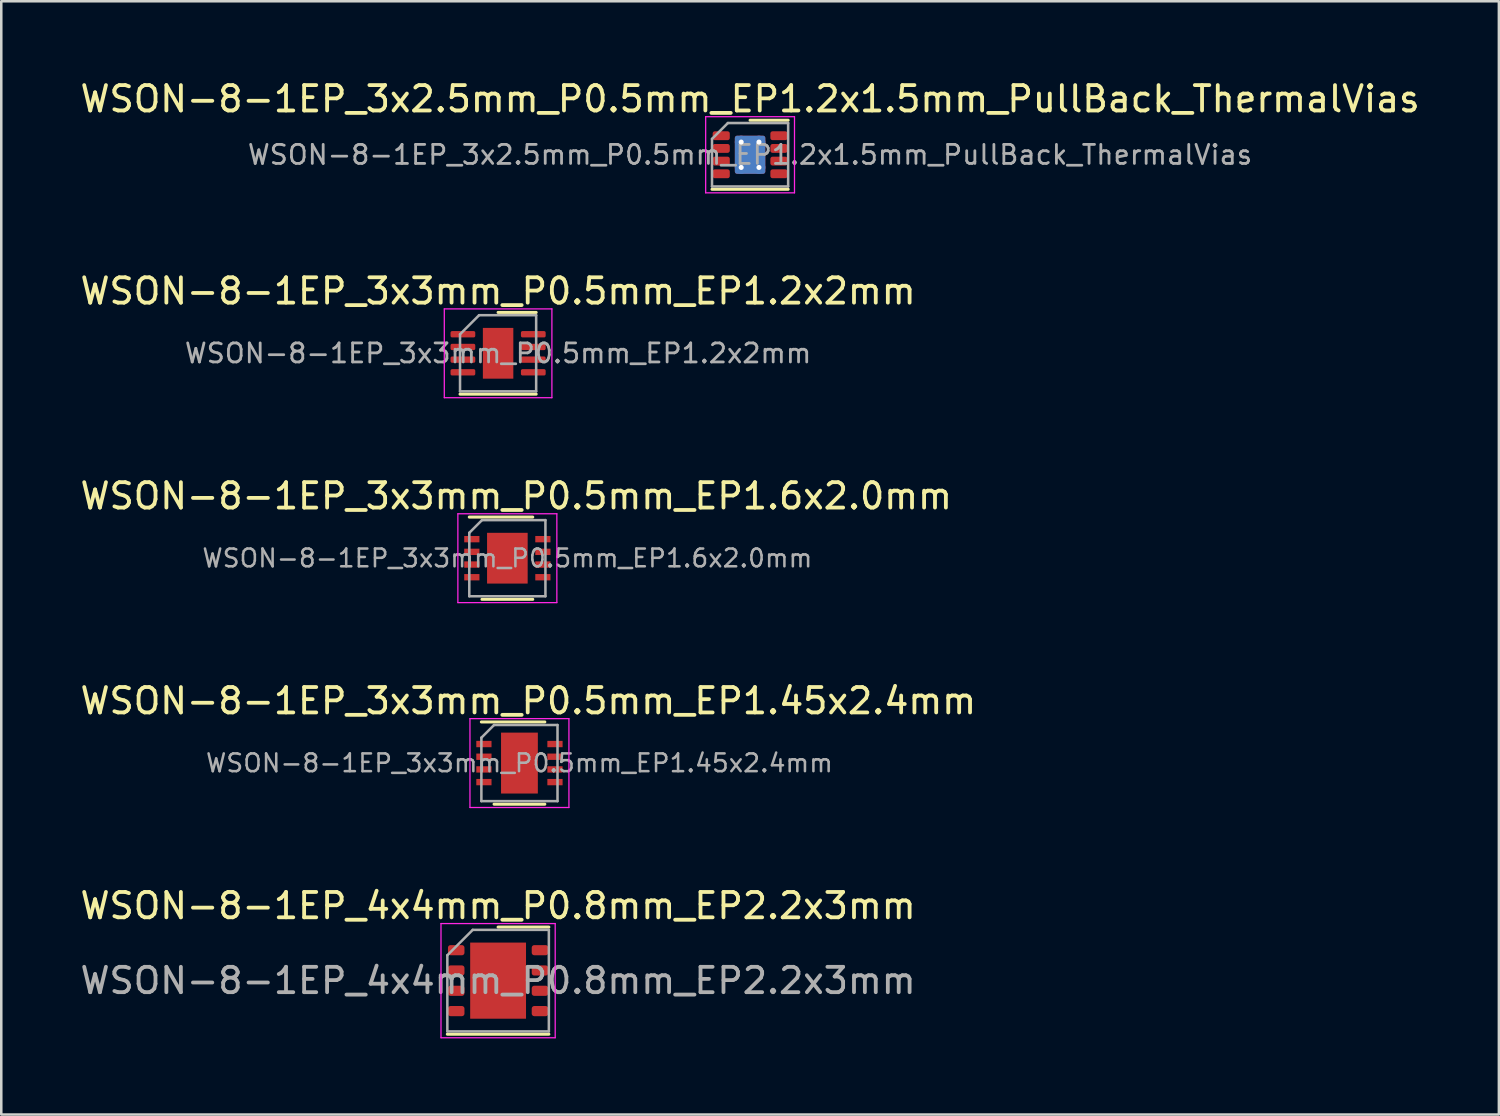
<source format=kicad_pcb>
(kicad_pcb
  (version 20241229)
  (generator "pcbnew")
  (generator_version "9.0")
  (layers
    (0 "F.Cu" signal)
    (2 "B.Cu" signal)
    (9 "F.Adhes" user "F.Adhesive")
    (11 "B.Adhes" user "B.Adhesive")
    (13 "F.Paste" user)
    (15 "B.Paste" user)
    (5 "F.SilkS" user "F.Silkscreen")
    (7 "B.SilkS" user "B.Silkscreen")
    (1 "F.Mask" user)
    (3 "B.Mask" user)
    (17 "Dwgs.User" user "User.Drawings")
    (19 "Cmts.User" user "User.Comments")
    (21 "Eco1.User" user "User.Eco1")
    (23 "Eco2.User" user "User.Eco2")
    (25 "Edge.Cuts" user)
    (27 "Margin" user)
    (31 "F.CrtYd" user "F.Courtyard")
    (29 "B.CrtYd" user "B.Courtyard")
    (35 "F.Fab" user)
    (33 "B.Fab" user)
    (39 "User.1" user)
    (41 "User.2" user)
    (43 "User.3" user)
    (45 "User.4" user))
  (footprint "WSON-8-1EP_3x3mm_P0.5mm_EP1.45x2.4mm"
    (layer "F.Cu")
    (at 17.418 27.018)
    (property "Reference" "WSON-8-1EP_3x3mm_P0.5mm_EP1.45x2.4mm" (at 0.35 -2.45 0) (layer "F.SilkS") (effects (font (size 1 1) (thickness 0.15))))
    (attr smd)
    (fp_line (start -1.5 -1.62) (end 1 -1.62) (stroke (width 0.12) (type solid)) (layer "F.SilkS"))
    (fp_line (start 1 1.62) (end -1 1.62) (stroke (width 0.12) (type solid)) (layer "F.SilkS"))
    (fp_line (start -1.95 -1.75) (end -1.95 1.75) (stroke (width 0.05) (type solid)) (layer "F.CrtYd"))
    (fp_line (start -1.95 -1.75) (end 1.95 -1.75) (stroke (width 0.05) (type solid)) (layer "F.CrtYd"))
    (fp_line (start -1.95 1.75) (end 1.95 1.75) (stroke (width 0.05) (type solid)) (layer "F.CrtYd"))
    (fp_line (start 1.95 -1.75) (end 1.95 1.75) (stroke (width 0.05) (type solid)) (layer "F.CrtYd"))
    (fp_line (start -1.5 1.5) (end -1.5 -1) (stroke (width 0.1) (type solid)) (layer "F.Fab"))
    (fp_line (start -1 -1.5) (end -1.5 -1) (stroke (width 0.1) (type solid)) (layer "F.Fab"))
    (fp_line (start -1 -1.5) (end 1.5 -1.5) (stroke (width 0.1) (type solid)) (layer "F.Fab"))
    (fp_line (start 1.5 -1.5) (end 1.5 1.5) (stroke (width 0.1) (type solid)) (layer "F.Fab"))
    (fp_line (start 1.5 1.5) (end -1.5 1.5) (stroke (width 0.1) (type solid)) (layer "F.Fab"))
    (fp_text user "${REFERENCE}" (at 0 0 0) (layer "F.Fab") (effects (font (size 0.7 0.7) (thickness 0.1))))
    (pad "" smd rect (at 0 -0.635) (size 1.47 1.07) (layers "F.Paste"))
    (pad "" smd rect (at 0 0.635) (size 1.47 1.07) (layers "F.Paste"))
    (pad "1" smd rect (at -1.4 -0.75) (size 0.6 0.25) (layers "F.Cu" "F.Mask" "F.Paste"))
    (pad "2" smd rect (at -1.4 -0.25) (size 0.6 0.25) (layers "F.Cu" "F.Mask" "F.Paste"))
    (pad "3" smd rect (at -1.4 0.25) (size 0.6 0.25) (layers "F.Cu" "F.Mask" "F.Paste"))
    (pad "4" smd rect (at -1.4 0.75) (size 0.6 0.25) (layers "F.Cu" "F.Mask" "F.Paste"))
    (pad "5" smd rect (at 1.4 0.75) (size 0.6 0.25) (layers "F.Cu" "F.Mask" "F.Paste"))
    (pad "6" smd rect (at 1.4 0.25) (size 0.6 0.25) (layers "F.Cu" "F.Mask" "F.Paste"))
    (pad "7" smd rect (at 1.4 -0.25) (size 0.6 0.25) (layers "F.Cu" "F.Mask" "F.Paste"))
    (pad "8" smd rect (at 1.4 -0.75) (size 0.6 0.25) (layers "F.Cu" "F.Mask" "F.Paste"))
    (pad "9" smd rect (at 0 0) (size 1.45 2.4) (layers "F.Cu" "F.Mask")))
  (footprint "WSON-8-1EP_3x2.5mm_P0.5mm_EP1.2x1.5mm_PullBack_ThermalVias"
    (layer "F.Cu")
    (at 26.506 3.048)
    (property "Reference" "WSON-8-1EP_3x2.5mm_P0.5mm_EP1.2x1.5mm_PullBack_ThermalVias" (at 0 -2.2 0) (layer "F.SilkS") (effects (font (size 1 1) (thickness 0.15))))
    (attr smd)
    (fp_line (start -1.5 1.36) (end 1.5 1.36) (stroke (width 0.12) (type solid)) (layer "F.SilkS"))
    (fp_line (start 0 -1.36) (end 1.5 -1.36) (stroke (width 0.12) (type solid)) (layer "F.SilkS"))
    (fp_line (start -1.75 -1.5) (end -1.75 1.5) (stroke (width 0.05) (type solid)) (layer "F.CrtYd"))
    (fp_line (start -1.75 1.5) (end 1.75 1.5) (stroke (width 0.05) (type solid)) (layer "F.CrtYd"))
    (fp_line (start 1.75 -1.5) (end -1.75 -1.5) (stroke (width 0.05) (type solid)) (layer "F.CrtYd"))
    (fp_line (start 1.75 1.5) (end 1.75 -1.5) (stroke (width 0.05) (type solid)) (layer "F.CrtYd"))
    (fp_line (start -1.5 -0.625) (end -0.875 -1.25) (stroke (width 0.1) (type solid)) (layer "F.Fab"))
    (fp_line (start -1.5 1.25) (end -1.5 -0.625) (stroke (width 0.1) (type solid)) (layer "F.Fab"))
    (fp_line (start -0.875 -1.25) (end 1.5 -1.25) (stroke (width 0.1) (type solid)) (layer "F.Fab"))
    (fp_line (start 1.5 -1.25) (end 1.5 1.25) (stroke (width 0.1) (type solid)) (layer "F.Fab"))
    (fp_line (start 1.5 1.25) (end -1.5 1.25) (stroke (width 0.1) (type solid)) (layer "F.Fab"))
    (fp_text user "${REFERENCE}" (at 0 0 0) (layer "F.Fab") (effects (font (size 0.75 0.75) (thickness 0.11))))
    (pad "" smd roundrect (at -0.3 -0.375) (size 0.52 0.65) (layers "F.Paste") (roundrect_rratio 0.25))
    (pad "" smd roundrect (at -0.3 0.375) (size 0.52 0.65) (layers "F.Paste") (roundrect_rratio 0.25))
    (pad "" smd roundrect (at 0.3 -0.375) (size 0.52 0.65) (layers "F.Paste") (roundrect_rratio 0.25))
    (pad "" smd roundrect (at 0.3 0.375) (size 0.52 0.65) (layers "F.Paste") (roundrect_rratio 0.25))
    (pad "1" smd roundrect (at -1.137 -0.75) (size 0.675 0.35) (layers "F.Cu" "F.Mask" "F.Paste") (roundrect_rratio 0.25))
    (pad "2" smd roundrect (at -1.137 -0.25) (size 0.675 0.35) (layers "F.Cu" "F.Mask" "F.Paste") (roundrect_rratio 0.25))
    (pad "3" smd roundrect (at -1.137 0.25) (size 0.675 0.35) (layers "F.Cu" "F.Mask" "F.Paste") (roundrect_rratio 0.25))
    (pad "4" smd roundrect (at -1.137 0.75) (size 0.675 0.35) (layers "F.Cu" "F.Mask" "F.Paste") (roundrect_rratio 0.25))
    (pad "5" smd roundrect (at 1.137 0.75) (size 0.675 0.35) (layers "F.Cu" "F.Mask" "F.Paste") (roundrect_rratio 0.25))
    (pad "6" smd roundrect (at 1.137 0.25) (size 0.675 0.35) (layers "F.Cu" "F.Mask" "F.Paste") (roundrect_rratio 0.25))
    (pad "7" smd roundrect (at 1.137 -0.25) (size 0.675 0.35) (layers "F.Cu" "F.Mask" "F.Paste") (roundrect_rratio 0.25))
    (pad "8" smd roundrect (at 1.137 -0.75) (size 0.675 0.35) (layers "F.Cu" "F.Mask" "F.Paste") (roundrect_rratio 0.25))
    (pad "9" thru_hole circle (at -0.35 -0.5) (size 0.5 0.5) (drill 0.2) (layers "*.Cu"))
    (pad "9" thru_hole circle (at -0.35 0.5) (size 0.5 0.5) (drill 0.2) (layers "*.Cu"))
    (pad "9" smd roundrect (at 0 0) (size 1.2 1.5) (layers "F.Cu" "F.Mask") (roundrect_rratio 0.073))
    (pad "9" smd roundrect (at 0 0) (size 1.2 1.5) (layers "B.Cu") (roundrect_rratio 0.073))
    (pad "9" thru_hole circle (at 0.35 -0.5) (size 0.5 0.5) (drill 0.2) (layers "*.Cu"))
    (pad "9" thru_hole circle (at 0.35 0.5) (size 0.5 0.5) (drill 0.2) (layers "*.Cu")))
  (footprint "WSON-8-1EP_4x4mm_P0.8mm_EP2.2x3mm"
    (layer "F.Cu")
    (at 16.577 35.591)
    (property "Reference" "WSON-8-1EP_4x4mm_P0.8mm_EP2.2x3mm" (at 0 -2.95 0) (layer "F.SilkS") (effects (font (size 1 1) (thickness 0.15))))
    (attr smd)
    (fp_line (start -2 2.11) (end 2 2.11) (stroke (width 0.12) (type solid)) (layer "F.SilkS"))
    (fp_line (start 0 -2.11) (end 2 -2.11) (stroke (width 0.12) (type solid)) (layer "F.SilkS"))
    (fp_line (start -2.25 -2.25) (end -2.25 2.25) (stroke (width 0.05) (type solid)) (layer "F.CrtYd"))
    (fp_line (start -2.25 2.25) (end 2.25 2.25) (stroke (width 0.05) (type solid)) (layer "F.CrtYd"))
    (fp_line (start 2.25 -2.25) (end -2.25 -2.25) (stroke (width 0.05) (type solid)) (layer "F.CrtYd"))
    (fp_line (start 2.25 2.25) (end 2.25 -2.25) (stroke (width 0.05) (type solid)) (layer "F.CrtYd"))
    (fp_line (start -2 -1) (end -1 -2) (stroke (width 0.1) (type solid)) (layer "F.Fab"))
    (fp_line (start -2 2) (end -2 -1) (stroke (width 0.1) (type solid)) (layer "F.Fab"))
    (fp_line (start -1 -2) (end 2 -2) (stroke (width 0.1) (type solid)) (layer "F.Fab"))
    (fp_line (start 2 -2) (end 2 2) (stroke (width 0.1) (type solid)) (layer "F.Fab"))
    (fp_line (start 2 2) (end -2 2) (stroke (width 0.1) (type solid)) (layer "F.Fab"))
    (fp_text user "${REFERENCE}" (at 0 0 0) (layer "F.Fab") (effects (font (size 1 1) (thickness 0.15))))
    (pad "" smd roundrect (at -0.55 -0.75) (size 0.89 1.21) (layers "F.Paste") (roundrect_rratio 0.25))
    (pad "" smd roundrect (at -0.55 0.75) (size 0.89 1.21) (layers "F.Paste") (roundrect_rratio 0.25))
    (pad "" smd roundrect (at 0.55 -0.75) (size 0.89 1.21) (layers "F.Paste") (roundrect_rratio 0.25))
    (pad "" smd roundrect (at 0.55 0.75) (size 0.89 1.21) (layers "F.Paste") (roundrect_rratio 0.25))
    (pad "1" smd roundrect (at -1.65 -1.2) (size 0.65 0.4) (layers "F.Cu" "F.Mask" "F.Paste") (roundrect_rratio 0.25))
    (pad "2" smd roundrect (at -1.65 -0.4) (size 0.65 0.4) (layers "F.Cu" "F.Mask" "F.Paste") (roundrect_rratio 0.25))
    (pad "3" smd roundrect (at -1.65 0.4) (size 0.65 0.4) (layers "F.Cu" "F.Mask" "F.Paste") (roundrect_rratio 0.25))
    (pad "4" smd roundrect (at -1.65 1.2) (size 0.65 0.4) (layers "F.Cu" "F.Mask" "F.Paste") (roundrect_rratio 0.25))
    (pad "5" smd roundrect (at 1.65 1.2) (size 0.65 0.4) (layers "F.Cu" "F.Mask" "F.Paste") (roundrect_rratio 0.25))
    (pad "6" smd roundrect (at 1.65 0.4) (size 0.65 0.4) (layers "F.Cu" "F.Mask" "F.Paste") (roundrect_rratio 0.25))
    (pad "7" smd roundrect (at 1.65 -0.4) (size 0.65 0.4) (layers "F.Cu" "F.Mask" "F.Paste") (roundrect_rratio 0.25))
    (pad "8" smd roundrect (at 1.65 -1.2) (size 0.65 0.4) (layers "F.Cu" "F.Mask" "F.Paste") (roundrect_rratio 0.25))
    (pad "9" smd rect (at 0 0) (size 2.2 3) (layers "F.Cu" "F.Mask")))
  (footprint "WSON-8-1EP_3x3mm_P0.5mm_EP1.6x2.0mm"
    (layer "F.Cu")
    (at 16.942 18.945)
    (property "Reference" "WSON-8-1EP_3x3mm_P0.5mm_EP1.6x2.0mm" (at 0.35 -2.45 0) (layer "F.SilkS") (effects (font (size 1 1) (thickness 0.15))))
    (attr smd)
    (fp_line (start -1.5 -1.62) (end 1 -1.62) (stroke (width 0.12) (type solid)) (layer "F.SilkS"))
    (fp_line (start 1 1.62) (end -1 1.62) (stroke (width 0.12) (type solid)) (layer "F.SilkS"))
    (fp_line (start -1.95 -1.75) (end -1.95 1.75) (stroke (width 0.05) (type solid)) (layer "F.CrtYd"))
    (fp_line (start -1.95 -1.75) (end 1.95 -1.75) (stroke (width 0.05) (type solid)) (layer "F.CrtYd"))
    (fp_line (start -1.95 1.75) (end 1.95 1.75) (stroke (width 0.05) (type solid)) (layer "F.CrtYd"))
    (fp_line (start 1.95 -1.75) (end 1.95 1.75) (stroke (width 0.05) (type solid)) (layer "F.CrtYd"))
    (fp_line (start -1.5 1.5) (end -1.5 -1) (stroke (width 0.1) (type solid)) (layer "F.Fab"))
    (fp_line (start -1 -1.5) (end -1.5 -1) (stroke (width 0.1) (type solid)) (layer "F.Fab"))
    (fp_line (start -1 -1.5) (end 1.5 -1.5) (stroke (width 0.1) (type solid)) (layer "F.Fab"))
    (fp_line (start 1.5 -1.5) (end 1.5 1.5) (stroke (width 0.1) (type solid)) (layer "F.Fab"))
    (fp_line (start 1.5 1.5) (end -1.5 1.5) (stroke (width 0.1) (type solid)) (layer "F.Fab"))
    (fp_text user "${REFERENCE}" (at 0 0 0) (layer "F.Fab") (effects (font (size 0.7 0.7) (thickness 0.1))))
    (pad "" smd rect (at -0.475 -0.575) (size 0.65 0.85) (layers "F.Paste"))
    (pad "" smd rect (at -0.475 0.575) (size 0.65 0.85) (layers "F.Paste"))
    (pad "" smd rect (at 0.475 -0.575) (size 0.65 0.85) (layers "F.Paste"))
    (pad "" smd rect (at 0.475 0.575) (size 0.65 0.85) (layers "F.Paste"))
    (pad "1" smd rect (at -1.4 -0.75) (size 0.6 0.25) (layers "F.Cu" "F.Mask" "F.Paste"))
    (pad "2" smd rect (at -1.4 -0.25) (size 0.6 0.25) (layers "F.Cu" "F.Mask" "F.Paste"))
    (pad "3" smd rect (at -1.4 0.25) (size 0.6 0.25) (layers "F.Cu" "F.Mask" "F.Paste"))
    (pad "4" smd rect (at -1.4 0.75) (size 0.6 0.25) (layers "F.Cu" "F.Mask" "F.Paste"))
    (pad "5" smd rect (at 1.4 0.75) (size 0.6 0.25) (layers "F.Cu" "F.Mask" "F.Paste"))
    (pad "6" smd rect (at 1.4 0.25) (size 0.6 0.25) (layers "F.Cu" "F.Mask" "F.Paste"))
    (pad "7" smd rect (at 1.4 -0.25) (size 0.6 0.25) (layers "F.Cu" "F.Mask" "F.Paste"))
    (pad "8" smd rect (at 1.4 -0.75) (size 0.6 0.25) (layers "F.Cu" "F.Mask" "F.Paste"))
    (pad "9" smd rect (at 0 0) (size 1.6 2) (layers "F.Cu" "F.Mask")))
  (footprint "WSON-8-1EP_3x3mm_P0.5mm_EP1.2x2mm"
    (layer "F.Cu")
    (at 16.577 10.871)
    (property "Reference" "WSON-8-1EP_3x3mm_P0.5mm_EP1.2x2mm" (at 0 -2.45 0) (layer "F.SilkS") (effects (font (size 1 1) (thickness 0.15))))
    (attr smd)
    (fp_line (start -1.5 1.61) (end 1.5 1.61) (stroke (width 0.12) (type solid)) (layer "F.SilkS"))
    (fp_line (start 0 -1.61) (end 1.5 -1.61) (stroke (width 0.12) (type solid)) (layer "F.SilkS"))
    (fp_line (start -2.12 -1.75) (end -2.12 1.75) (stroke (width 0.05) (type solid)) (layer "F.CrtYd"))
    (fp_line (start -2.12 1.75) (end 2.12 1.75) (stroke (width 0.05) (type solid)) (layer "F.CrtYd"))
    (fp_line (start 2.12 -1.75) (end -2.12 -1.75) (stroke (width 0.05) (type solid)) (layer "F.CrtYd"))
    (fp_line (start 2.12 1.75) (end 2.12 -1.75) (stroke (width 0.05) (type solid)) (layer "F.CrtYd"))
    (fp_line (start -1.5 -0.75) (end -0.75 -1.5) (stroke (width 0.1) (type solid)) (layer "F.Fab"))
    (fp_line (start -1.5 1.5) (end -1.5 -0.75) (stroke (width 0.1) (type solid)) (layer "F.Fab"))
    (fp_line (start -0.75 -1.5) (end 1.5 -1.5) (stroke (width 0.1) (type solid)) (layer "F.Fab"))
    (fp_line (start 1.5 -1.5) (end 1.5 1.5) (stroke (width 0.1) (type solid)) (layer "F.Fab"))
    (fp_line (start 1.5 1.5) (end -1.5 1.5) (stroke (width 0.1) (type solid)) (layer "F.Fab"))
    (fp_text user "${REFERENCE}" (at 0 0 0) (layer "F.Fab") (effects (font (size 0.75 0.75) (thickness 0.11))))
    (pad "" smd roundrect (at 0 -0.5) (size 0.97 0.81) (layers "F.Paste") (roundrect_rratio 0.25))
    (pad "" smd roundrect (at 0 0.5) (size 0.97 0.81) (layers "F.Paste") (roundrect_rratio 0.25))
    (pad "1" smd roundrect (at -1.387 -0.75) (size 0.975 0.25) (layers "F.Cu" "F.Mask" "F.Paste") (roundrect_rratio 0.25))
    (pad "2" smd roundrect (at -1.387 -0.25) (size 0.975 0.25) (layers "F.Cu" "F.Mask" "F.Paste") (roundrect_rratio 0.25))
    (pad "3" smd roundrect (at -1.387 0.25) (size 0.975 0.25) (layers "F.Cu" "F.Mask" "F.Paste") (roundrect_rratio 0.25))
    (pad "4" smd roundrect (at -1.387 0.75) (size 0.975 0.25) (layers "F.Cu" "F.Mask" "F.Paste") (roundrect_rratio 0.25))
    (pad "5" smd roundrect (at 1.387 0.75) (size 0.975 0.25) (layers "F.Cu" "F.Mask" "F.Paste") (roundrect_rratio 0.25))
    (pad "6" smd roundrect (at 1.387 0.25) (size 0.975 0.25) (layers "F.Cu" "F.Mask" "F.Paste") (roundrect_rratio 0.25))
    (pad "7" smd roundrect (at 1.387 -0.25) (size 0.975 0.25) (layers "F.Cu" "F.Mask" "F.Paste") (roundrect_rratio 0.25))
    (pad "8" smd roundrect (at 1.387 -0.75) (size 0.975 0.25) (layers "F.Cu" "F.Mask" "F.Paste") (roundrect_rratio 0.25))
    (pad "9" smd rect (at 0 0) (size 1.2 2) (layers "F.Cu" "F.Mask")))
  (gr_rect
    (start -3 -3)
    (end 56.012 40.866)
    (stroke (width 0.1) (type default))
    (fill no)
    (layer "Edge.Cuts")))
</source>
